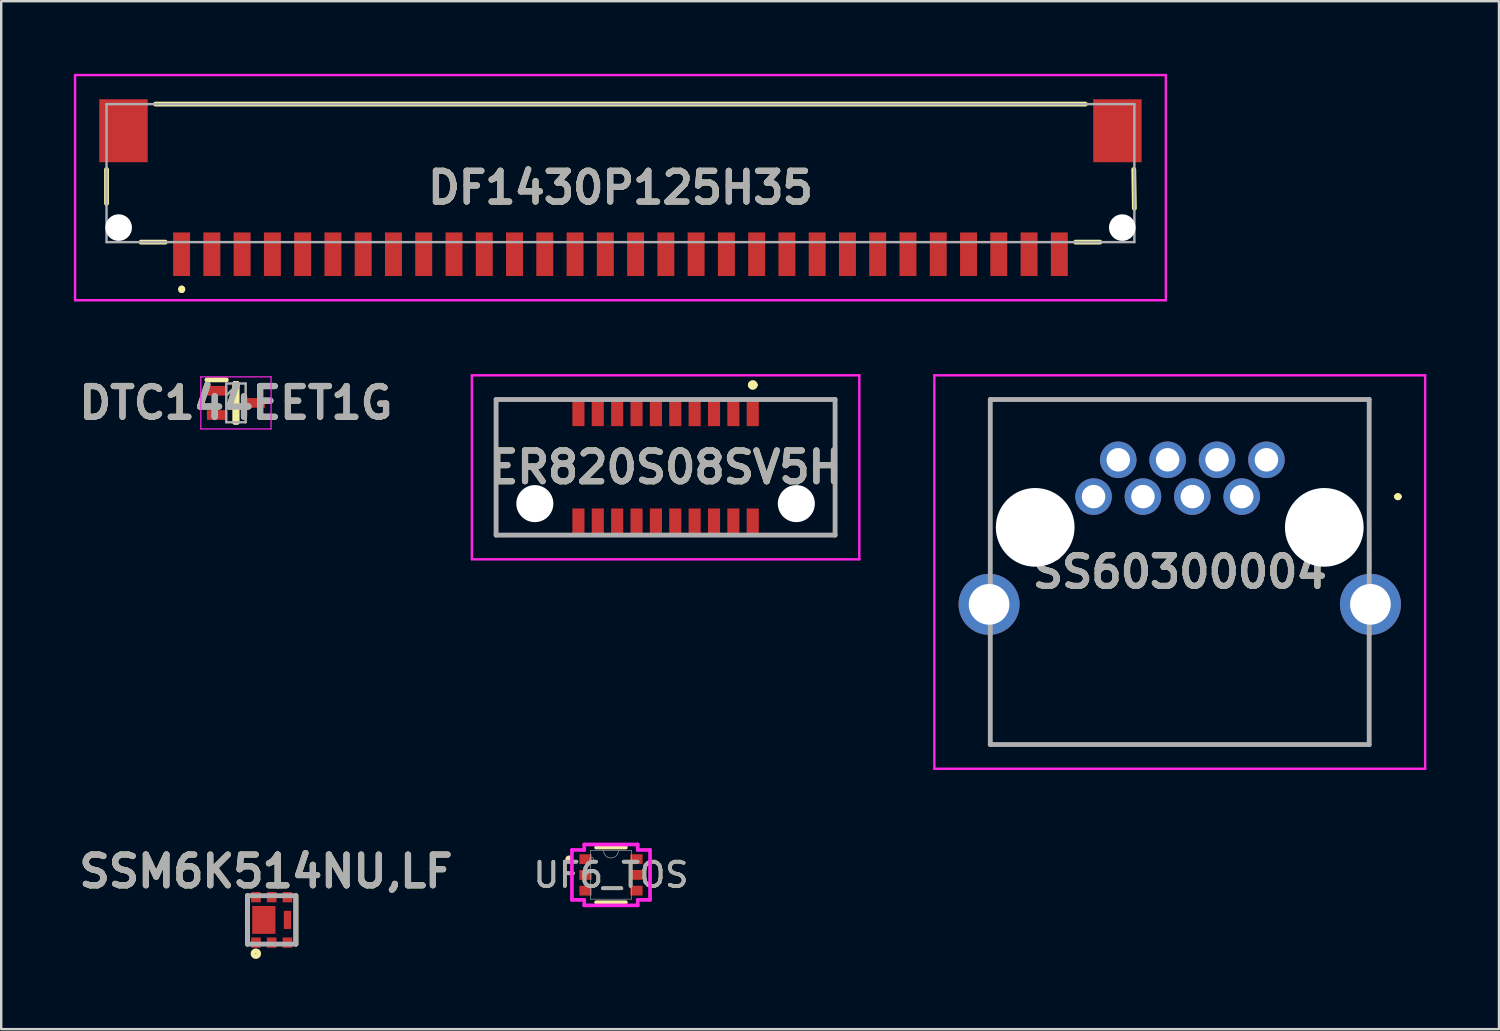
<source format=kicad_pcb>
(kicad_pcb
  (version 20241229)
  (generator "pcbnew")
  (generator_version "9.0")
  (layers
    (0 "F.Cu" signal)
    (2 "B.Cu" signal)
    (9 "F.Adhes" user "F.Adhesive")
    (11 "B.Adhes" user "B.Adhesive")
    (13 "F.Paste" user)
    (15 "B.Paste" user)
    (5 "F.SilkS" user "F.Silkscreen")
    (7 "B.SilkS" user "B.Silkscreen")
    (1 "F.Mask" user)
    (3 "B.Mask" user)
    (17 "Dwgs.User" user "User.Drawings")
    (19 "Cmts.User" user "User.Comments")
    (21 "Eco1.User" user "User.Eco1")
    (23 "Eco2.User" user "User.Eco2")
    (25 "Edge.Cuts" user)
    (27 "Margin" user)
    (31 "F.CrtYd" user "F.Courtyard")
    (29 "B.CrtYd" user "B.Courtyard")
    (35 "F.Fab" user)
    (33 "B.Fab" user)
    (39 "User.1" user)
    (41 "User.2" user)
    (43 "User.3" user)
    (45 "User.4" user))
  (footprint "SSM6K514NU,LF"
    (layer "F.Cu")
    (at 8.171 34.942)
    (property "Reference" "SSM6K514NU,LF" (at -0.237 -2.003 0) (layer "F.SilkS") (effects (font (size 1.27 1.27) (thickness 0.254))))
    (attr smd)
    (fp_line (start -1 1) (end -1 -1) (stroke (width 0.2) (type solid)) (layer "F.SilkS"))
    (fp_line (start 1 -1) (end 1 1) (stroke (width 0.2) (type solid)) (layer "F.SilkS"))
    (fp_circle (center -0.654 1.396) (end -0.654 1.413) (stroke (width 0.2) (type solid)) (fill no) (layer "F.SilkS"))
    (fp_line (start -1 -1) (end 1 -1) (stroke (width 0.2) (type solid)) (layer "F.Fab"))
    (fp_line (start -1 1) (end -1 -1) (stroke (width 0.2) (type solid)) (layer "F.Fab"))
    (fp_line (start 1 -1) (end 1 1) (stroke (width 0.2) (type solid)) (layer "F.Fab"))
    (fp_line (start 1 1) (end -1 1) (stroke (width 0.2) (type solid)) (layer "F.Fab"))
    (fp_text user "${REFERENCE}" (at -0.237 -2.003 0) (layer "F.Fab") (effects (font (size 1.27 1.27) (thickness 0.254))))
    (pad "1" smd rect (at -0.65 0.938) (size 0.4 0.425) (layers "F.Cu" "F.Mask" "F.Paste"))
    (pad "2" smd rect (at 0 0.938) (size 0.4 0.425) (layers "F.Cu" "F.Mask" "F.Paste"))
    (pad "3" smd rect (at 0.65 0.938) (size 0.4 0.425) (layers "F.Cu" "F.Mask" "F.Paste"))
    (pad "4" smd rect (at 0.65 -0.938) (size 0.4 0.425) (layers "F.Cu" "F.Mask" "F.Paste"))
    (pad "5" smd rect (at 0 -0.938) (size 0.4 0.425) (layers "F.Cu" "F.Mask" "F.Paste"))
    (pad "6" smd rect (at -0.65 -0.938) (size 0.4 0.425) (layers "F.Cu" "F.Mask" "F.Paste"))
    (pad "7" smd rect (at 0.65 0) (size 0.3 0.75) (layers "F.Cu" "F.Mask" "F.Paste"))
    (pad "8" smd rect (at -0.325 0) (size 0.96 1.15) (layers "F.Cu" "F.Mask" "F.Paste")))
  (footprint "DTC144EET1G"
    (layer "F.Cu")
    (at 6.695 13.589)
    (property "Reference" "DTC144EET1G" (at 0 0 0) (layer "F.SilkS") (effects (font (size 1.27 1.27) (thickness 0.254))))
    (attr smd)
    (fp_line (start -1.2 -0.95) (end -0.4 -0.95) (stroke (width 0.2) (type solid)) (layer "F.SilkS"))
    (fp_line (start -0.05 -0.8) (end 0.05 -0.8) (stroke (width 0.2) (type solid)) (layer "F.SilkS"))
    (fp_line (start -0.05 0.8) (end -0.05 -0.8) (stroke (width 0.2) (type solid)) (layer "F.SilkS"))
    (fp_line (start 0.05 -0.8) (end 0.05 0.8) (stroke (width 0.2) (type solid)) (layer "F.SilkS"))
    (fp_line (start 0.05 0.8) (end -0.05 0.8) (stroke (width 0.2) (type solid)) (layer "F.SilkS"))
    (fp_line (start -1.45 -1.075) (end 1.45 -1.075) (stroke (width 0.05) (type solid)) (layer "F.CrtYd"))
    (fp_line (start -1.45 1.075) (end -1.45 -1.075) (stroke (width 0.05) (type solid)) (layer "F.CrtYd"))
    (fp_line (start 1.45 -1.075) (end 1.45 1.075) (stroke (width 0.05) (type solid)) (layer "F.CrtYd"))
    (fp_line (start 1.45 1.075) (end -1.45 1.075) (stroke (width 0.05) (type solid)) (layer "F.CrtYd"))
    (fp_line (start -0.4 -0.8) (end 0.4 -0.8) (stroke (width 0.1) (type solid)) (layer "F.Fab"))
    (fp_line (start -0.4 -0.3) (end 0.1 -0.8) (stroke (width 0.1) (type solid)) (layer "F.Fab"))
    (fp_line (start -0.4 0.8) (end -0.4 -0.8) (stroke (width 0.1) (type solid)) (layer "F.Fab"))
    (fp_line (start 0.4 -0.8) (end 0.4 0.8) (stroke (width 0.1) (type solid)) (layer "F.Fab"))
    (fp_line (start 0.4 0.8) (end -0.4 0.8) (stroke (width 0.1) (type solid)) (layer "F.Fab"))
    (fp_text user "${REFERENCE}" (at 0 0 0) (layer "F.Fab") (effects (font (size 1.27 1.27) (thickness 0.254))))
    (pad "1" smd rect (at -0.8 -0.5 90) (size 0.4 0.8) (layers "F.Cu" "F.Mask" "F.Paste"))
    (pad "2" smd rect (at -0.8 0.5 90) (size 0.4 0.8) (layers "F.Cu" "F.Mask" "F.Paste"))
    (pad "3" smd rect (at 0.8 0 90) (size 0.4 0.8) (layers "F.Cu" "F.Mask" "F.Paste")))
  (footprint "DF1430P125H35"
    (layer "F.Cu")
    (at 22.575 4.35)
    (property "Reference" "DF1430P125H35" (at 0 0.35 0) (layer "F.SilkS") (effects (font (size 1.27 1.27) (thickness 0.254))))
    (attr through_hole)
    (fp_line (start -21.225 -0.4) (end -21.225 1) (stroke (width 0.2) (type solid)) (layer "F.SilkS"))
    (fp_line (start -19.8 2.6) (end -18.8 2.6) (stroke (width 0.2) (type solid)) (layer "F.SilkS"))
    (fp_line (start -19.2 -3.1) (end 19.2 -3.1) (stroke (width 0.2) (type solid)) (layer "F.SilkS"))
    (fp_line (start -18.125 4.5) (end -18.125 4.5) (stroke (width 0.2) (type solid)) (layer "F.SilkS"))
    (fp_line (start -18.125 4.6) (end -18.125 4.6) (stroke (width 0.2) (type solid)) (layer "F.SilkS"))
    (fp_line (start -18.125 4.6) (end -18.125 4.6) (stroke (width 0.2) (type solid)) (layer "F.SilkS"))
    (fp_line (start 18.8 2.6) (end 19.8 2.6) (stroke (width 0.2) (type solid)) (layer "F.SilkS"))
    (fp_line (start 21.2 -0.4) (end 21.225 1.2) (stroke (width 0.2) (type solid)) (layer "F.SilkS"))
    (fp_arc (start -18.125 4.5) (mid -18.075 4.55) (end -18.125 4.6) (stroke (width 0.2) (type solid)) (layer "F.SilkS"))
    (fp_arc (start -18.125 4.5) (mid -18.075 4.55) (end -18.125 4.6) (stroke (width 0.2) (type solid)) (layer "F.SilkS"))
    (fp_arc (start -18.125 4.6) (mid -18.175 4.55) (end -18.125 4.5) (stroke (width 0.2) (type solid)) (layer "F.SilkS"))
    (fp_line (start -22.525 -4.3) (end 22.525 -4.3) (stroke (width 0.1) (type solid)) (layer "F.CrtYd"))
    (fp_line (start -22.525 5) (end -22.525 -4.3) (stroke (width 0.1) (type solid)) (layer "F.CrtYd"))
    (fp_line (start 22.525 -4.3) (end 22.525 5) (stroke (width 0.1) (type solid)) (layer "F.CrtYd"))
    (fp_line (start 22.525 5) (end -22.525 5) (stroke (width 0.1) (type solid)) (layer "F.CrtYd"))
    (fp_line (start -21.225 -3.1) (end -21.225 2.6) (stroke (width 0.1) (type solid)) (layer "F.Fab"))
    (fp_line (start -21.225 2.6) (end 21.225 2.6) (stroke (width 0.1) (type solid)) (layer "F.Fab"))
    (fp_line (start 21.225 -3.1) (end -21.225 -3.1) (stroke (width 0.1) (type solid)) (layer "F.Fab"))
    (fp_line (start 21.225 2.6) (end 21.225 -3.1) (stroke (width 0.1) (type solid)) (layer "F.Fab"))
    (fp_text user "${REFERENCE}" (at 0 0.35 0) (layer "F.Fab") (effects (font (size 1.27 1.27) (thickness 0.254))))
    (pad "" np_thru_hole circle (at -20.725 2) (size 1.1 1.1) (drill 1.1) (layers "*.Cu" "*.Mask"))
    (pad "" np_thru_hole circle (at 20.725 2) (size 1.1 1.1) (drill 1.1) (layers "*.Cu" "*.Mask"))
    (pad "1" smd rect (at -18.125 3.1) (size 0.7 1.8) (layers "F.Cu" "F.Mask" "F.Paste"))
    (pad "2" smd rect (at -16.875 3.1) (size 0.7 1.8) (layers "F.Cu" "F.Mask" "F.Paste"))
    (pad "3" smd rect (at -15.625 3.1) (size 0.7 1.8) (layers "F.Cu" "F.Mask" "F.Paste"))
    (pad "4" smd rect (at -14.375 3.1) (size 0.7 1.8) (layers "F.Cu" "F.Mask" "F.Paste"))
    (pad "5" smd rect (at -13.125 3.1) (size 0.7 1.8) (layers "F.Cu" "F.Mask" "F.Paste"))
    (pad "6" smd rect (at -11.875 3.1) (size 0.7 1.8) (layers "F.Cu" "F.Mask" "F.Paste"))
    (pad "7" smd rect (at -10.625 3.1) (size 0.7 1.8) (layers "F.Cu" "F.Mask" "F.Paste"))
    (pad "8" smd rect (at -9.375 3.1) (size 0.7 1.8) (layers "F.Cu" "F.Mask" "F.Paste"))
    (pad "9" smd rect (at -8.125 3.1) (size 0.7 1.8) (layers "F.Cu" "F.Mask" "F.Paste"))
    (pad "10" smd rect (at -6.875 3.1) (size 0.7 1.8) (layers "F.Cu" "F.Mask" "F.Paste"))
    (pad "11" smd rect (at -5.625 3.1) (size 0.7 1.8) (layers "F.Cu" "F.Mask" "F.Paste"))
    (pad "12" smd rect (at -4.375 3.1) (size 0.7 1.8) (layers "F.Cu" "F.Mask" "F.Paste"))
    (pad "13" smd rect (at -3.125 3.1) (size 0.7 1.8) (layers "F.Cu" "F.Mask" "F.Paste"))
    (pad "14" smd rect (at -1.875 3.1) (size 0.7 1.8) (layers "F.Cu" "F.Mask" "F.Paste"))
    (pad "15" smd rect (at -0.625 3.1) (size 0.7 1.8) (layers "F.Cu" "F.Mask" "F.Paste"))
    (pad "16" smd rect (at 0.625 3.1) (size 0.7 1.8) (layers "F.Cu" "F.Mask" "F.Paste"))
    (pad "17" smd rect (at 1.875 3.1) (size 0.7 1.8) (layers "F.Cu" "F.Mask" "F.Paste"))
    (pad "18" smd rect (at 3.125 3.1) (size 0.7 1.8) (layers "F.Cu" "F.Mask" "F.Paste"))
    (pad "19" smd rect (at 4.375 3.1) (size 0.7 1.8) (layers "F.Cu" "F.Mask" "F.Paste"))
    (pad "20" smd rect (at 5.625 3.1) (size 0.7 1.8) (layers "F.Cu" "F.Mask" "F.Paste"))
    (pad "21" smd rect (at 6.875 3.1) (size 0.7 1.8) (layers "F.Cu" "F.Mask" "F.Paste"))
    (pad "22" smd rect (at 8.125 3.1) (size 0.7 1.8) (layers "F.Cu" "F.Mask" "F.Paste"))
    (pad "23" smd rect (at 9.375 3.1) (size 0.7 1.8) (layers "F.Cu" "F.Mask" "F.Paste"))
    (pad "24" smd rect (at 10.625 3.1) (size 0.7 1.8) (layers "F.Cu" "F.Mask" "F.Paste"))
    (pad "25" smd rect (at 11.875 3.1) (size 0.7 1.8) (layers "F.Cu" "F.Mask" "F.Paste"))
    (pad "26" smd rect (at 13.125 3.1) (size 0.7 1.8) (layers "F.Cu" "F.Mask" "F.Paste"))
    (pad "27" smd rect (at 14.375 3.1) (size 0.7 1.8) (layers "F.Cu" "F.Mask" "F.Paste"))
    (pad "28" smd rect (at 15.625 3.1) (size 0.7 1.8) (layers "F.Cu" "F.Mask" "F.Paste"))
    (pad "29" smd rect (at 16.875 3.1) (size 0.7 1.8) (layers "F.Cu" "F.Mask" "F.Paste"))
    (pad "30" smd rect (at 18.125 3.1) (size 0.7 1.8) (layers "F.Cu" "F.Mask" "F.Paste"))
    (pad "MP1" smd rect (at -20.525 -2) (size 2 2.6) (layers "F.Cu" "F.Mask" "F.Paste"))
    (pad "MP2" smd rect (at 20.525 -2) (size 2 2.6) (layers "F.Cu" "F.Mask" "F.Paste")))
  (footprint "SS60300004"
    (layer "F.Cu")
    (at 48.234 17.46)
    (property "Reference" "SS60300004" (at -2.56 3.115 0) (layer "F.SilkS") (effects (font (size 1.27 1.27) (thickness 0.254))))
    (attr through_hole)
    (fp_line (start -10.385 -4.01) (end -10.385 0) (stroke (width 0.1) (type solid)) (layer "F.SilkS"))
    (fp_line (start -10.385 6.1) (end -10.385 10.24) (stroke (width 0.1) (type solid)) (layer "F.SilkS"))
    (fp_line (start -10.385 10.24) (end 5.265 10.24) (stroke (width 0.1) (type solid)) (layer "F.SilkS"))
    (fp_line (start 5.265 -4.01) (end -10.385 -4.01) (stroke (width 0.1) (type solid)) (layer "F.SilkS"))
    (fp_line (start 5.265 10.24) (end 5.265 6) (stroke (width 0.1) (type solid)) (layer "F.SilkS"))
    (fp_line (start 5.3 3) (end 5.265 -4.01) (stroke (width 0.1) (type solid)) (layer "F.SilkS"))
    (fp_line (start 6.4 0) (end 6.4 0) (stroke (width 0.2) (type solid)) (layer "F.SilkS"))
    (fp_line (start 6.4 0) (end 6.4 0) (stroke (width 0.2) (type solid)) (layer "F.SilkS"))
    (fp_line (start 6.5 0) (end 6.5 0) (stroke (width 0.2) (type solid)) (layer "F.SilkS"))
    (fp_arc (start 6.4 0) (mid 6.45 -0.05) (end 6.5 0) (stroke (width 0.2) (type solid)) (layer "F.SilkS"))
    (fp_arc (start 6.5 0) (mid 6.45 0.05) (end 6.4 0) (stroke (width 0.2) (type solid)) (layer "F.SilkS"))
    (fp_arc (start 6.5 0) (mid 6.45 0.05) (end 6.4 0) (stroke (width 0.2) (type solid)) (layer "F.SilkS"))
    (fp_line (start -12.695 -5.01) (end 7.575 -5.01) (stroke (width 0.1) (type solid)) (layer "F.CrtYd"))
    (fp_line (start -12.695 11.24) (end -12.695 -5.01) (stroke (width 0.1) (type solid)) (layer "F.CrtYd"))
    (fp_line (start 7.575 -5.01) (end 7.575 11.24) (stroke (width 0.1) (type solid)) (layer "F.CrtYd"))
    (fp_line (start 7.575 11.24) (end -12.695 11.24) (stroke (width 0.1) (type solid)) (layer "F.CrtYd"))
    (fp_line (start -10.385 -4.01) (end 5.265 -4.01) (stroke (width 0.2) (type solid)) (layer "F.Fab"))
    (fp_line (start -10.385 10.24) (end -10.385 -4.01) (stroke (width 0.2) (type solid)) (layer "F.Fab"))
    (fp_line (start 5.265 -4.01) (end 5.265 10.24) (stroke (width 0.2) (type solid)) (layer "F.Fab"))
    (fp_line (start 5.265 10.24) (end -10.385 10.24) (stroke (width 0.2) (type solid)) (layer "F.Fab"))
    (fp_text user "${REFERENCE}" (at -2.56 3.115 0) (layer "F.Fab") (effects (font (size 1.27 1.27) (thickness 0.254))))
    (pad "" np_thru_hole circle (at -8.53 1.27) (size 3.25 3.25) (drill 3.25) (layers "*.Cu" "*.Mask"))
    (pad "" np_thru_hole circle (at 3.41 1.27) (size 3.25 3.25) (drill 3.25) (layers "*.Cu" "*.Mask"))
    (pad "1" thru_hole circle (at 0 0) (size 1.509 1.509) (drill 0.97) (layers "*.Cu" "*.Mask"))
    (pad "2" thru_hole circle (at 1.02 -1.52) (size 1.509 1.509) (drill 0.97) (layers "*.Cu" "*.Mask"))
    (pad "3" thru_hole circle (at -1.02 -1.52) (size 1.509 1.509) (drill 0.97) (layers "*.Cu" "*.Mask"))
    (pad "4" thru_hole circle (at -3.06 -1.52) (size 1.509 1.509) (drill 0.97) (layers "*.Cu" "*.Mask"))
    (pad "5" thru_hole circle (at -2.04 0) (size 1.509 1.509) (drill 0.97) (layers "*.Cu" "*.Mask"))
    (pad "6" thru_hole circle (at -4.08 0) (size 1.509 1.509) (drill 0.97) (layers "*.Cu" "*.Mask"))
    (pad "7" thru_hole circle (at -6.12 0) (size 1.509 1.509) (drill 0.97) (layers "*.Cu" "*.Mask"))
    (pad "8" thru_hole circle (at -5.1 -1.52) (size 1.509 1.509) (drill 0.97) (layers "*.Cu" "*.Mask"))
    (pad "MH1" thru_hole circle (at 5.315 4.45) (size 2.52 2.52) (drill 1.68) (layers "*.Cu" "*.Mask"))
    (pad "MH2" thru_hole circle (at -10.435 4.45) (size 2.52 2.52) (drill 1.68) (layers "*.Cu" "*.Mask")))
  (footprint "ER820S08SV5H"
    (layer "F.Cu")
    (at 24.439 16.25)
    (property "Reference" "ER820S08SV5H" (at 0 0 0) (layer "F.SilkS") (effects (font (size 1.27 1.27) (thickness 0.254))))
    (attr through_hole)
    (fp_line (start -7 -2.8) (end -7 2.8) (stroke (width 0.1) (type solid)) (layer "F.SilkS"))
    (fp_line (start -7 2.8) (end -4.2 2.8) (stroke (width 0.1) (type solid)) (layer "F.SilkS"))
    (fp_line (start -4.2 -2.8) (end -7 -2.8) (stroke (width 0.1) (type solid)) (layer "F.SilkS"))
    (fp_line (start 3.5 -3.4) (end 3.5 -3.4) (stroke (width 0.2) (type solid)) (layer "F.SilkS"))
    (fp_line (start 3.7 -3.4) (end 3.7 -3.4) (stroke (width 0.2) (type solid)) (layer "F.SilkS"))
    (fp_line (start 4.2 -2.8) (end 7 -2.8) (stroke (width 0.1) (type solid)) (layer "F.SilkS"))
    (fp_line (start 7 -2.8) (end 7 2.8) (stroke (width 0.1) (type solid)) (layer "F.SilkS"))
    (fp_line (start 7 2.8) (end 4.2 2.8) (stroke (width 0.1) (type solid)) (layer "F.SilkS"))
    (fp_arc (start 3.5 -3.4) (mid 3.6 -3.5) (end 3.7 -3.4) (stroke (width 0.2) (type solid)) (layer "F.SilkS"))
    (fp_arc (start 3.7 -3.4) (mid 3.6 -3.3) (end 3.5 -3.4) (stroke (width 0.2) (type solid)) (layer "F.SilkS"))
    (fp_line (start -8 -3.8) (end 8 -3.8) (stroke (width 0.1) (type solid)) (layer "F.CrtYd"))
    (fp_line (start -8 3.8) (end -8 -3.8) (stroke (width 0.1) (type solid)) (layer "F.CrtYd"))
    (fp_line (start 8 -3.8) (end 8 3.8) (stroke (width 0.1) (type solid)) (layer "F.CrtYd"))
    (fp_line (start 8 3.8) (end -8 3.8) (stroke (width 0.1) (type solid)) (layer "F.CrtYd"))
    (fp_line (start -7 -2.8) (end 7 -2.8) (stroke (width 0.2) (type solid)) (layer "F.Fab"))
    (fp_line (start -7 2.8) (end -7 -2.8) (stroke (width 0.2) (type solid)) (layer "F.Fab"))
    (fp_line (start 7 -2.8) (end 7 2.8) (stroke (width 0.2) (type solid)) (layer "F.Fab"))
    (fp_line (start 7 2.8) (end -7 2.8) (stroke (width 0.2) (type solid)) (layer "F.Fab"))
    (fp_text user "${REFERENCE}" (at 0 0 0) (layer "F.Fab") (effects (font (size 1.27 1.27) (thickness 0.254))))
    (pad "" np_thru_hole circle (at -5.4 1.5) (size 1.53 1.53) (drill 1.53) (layers "*.Cu" "*.Mask"))
    (pad "" np_thru_hole circle (at 5.4 1.5) (size 1.53 1.53) (drill 1.53) (layers "*.Cu" "*.Mask"))
    (pad "1" smd rect (at 3.6 -2.25) (size 0.5 1.1) (layers "F.Cu" "F.Mask" "F.Paste"))
    (pad "2" smd rect (at 3.6 2.25) (size 0.5 1.1) (layers "F.Cu" "F.Mask" "F.Paste"))
    (pad "3" smd rect (at 2.8 -2.25) (size 0.5 1.1) (layers "F.Cu" "F.Mask" "F.Paste"))
    (pad "4" smd rect (at 2.8 2.25) (size 0.5 1.1) (layers "F.Cu" "F.Mask" "F.Paste"))
    (pad "5" smd rect (at 2 -2.25) (size 0.5 1.1) (layers "F.Cu" "F.Mask" "F.Paste"))
    (pad "6" smd rect (at 2 2.25) (size 0.5 1.1) (layers "F.Cu" "F.Mask" "F.Paste"))
    (pad "7" smd rect (at 1.2 -2.25) (size 0.5 1.1) (layers "F.Cu" "F.Mask" "F.Paste"))
    (pad "8" smd rect (at 1.2 2.25) (size 0.5 1.1) (layers "F.Cu" "F.Mask" "F.Paste"))
    (pad "9" smd rect (at 0.4 -2.25) (size 0.5 1.1) (layers "F.Cu" "F.Mask" "F.Paste"))
    (pad "10" smd rect (at 0.4 2.25) (size 0.5 1.1) (layers "F.Cu" "F.Mask" "F.Paste"))
    (pad "11" smd rect (at -0.4 -2.25) (size 0.5 1.1) (layers "F.Cu" "F.Mask" "F.Paste"))
    (pad "12" smd rect (at -0.4 2.25) (size 0.5 1.1) (layers "F.Cu" "F.Mask" "F.Paste"))
    (pad "13" smd rect (at -1.2 -2.25) (size 0.5 1.1) (layers "F.Cu" "F.Mask" "F.Paste"))
    (pad "14" smd rect (at -1.2 2.25) (size 0.5 1.1) (layers "F.Cu" "F.Mask" "F.Paste"))
    (pad "15" smd rect (at -2 -2.25) (size 0.5 1.1) (layers "F.Cu" "F.Mask" "F.Paste"))
    (pad "16" smd rect (at -2 2.25) (size 0.5 1.1) (layers "F.Cu" "F.Mask" "F.Paste"))
    (pad "17" smd rect (at -2.8 -2.25) (size 0.5 1.1) (layers "F.Cu" "F.Mask" "F.Paste"))
    (pad "18" smd rect (at -2.8 2.25) (size 0.5 1.1) (layers "F.Cu" "F.Mask" "F.Paste"))
    (pad "19" smd rect (at -3.6 -2.25) (size 0.5 1.1) (layers "F.Cu" "F.Mask" "F.Paste"))
    (pad "20" smd rect (at -3.6 2.25) (size 0.5 1.1) (layers "F.Cu" "F.Mask" "F.Paste")))
  (footprint "UF6_TOS"
    (layer "F.Cu")
    (at 22.184 33.084)
    (property "Reference" "UF6_TOS" (at 0 0 0) (unlocked yes) (layer "F.SilkS") (effects (font (size 1 1) (thickness 0.15))))
    (attr smd)
    (fp_line (start -0.616 1.13) (end 0.616 1.13) (stroke (width 0.152) (type solid)) (layer "F.SilkS"))
    (fp_line (start 0.616 -1.13) (end -0.616 -1.13) (stroke (width 0.152) (type solid)) (layer "F.SilkS"))
    (fp_circle (center -1.732 -0.65) (end -1.655 -0.65) (stroke (width 0.152) (type solid)) (fill no) (layer "F.SilkS"))
    (fp_line (start -1.613 -1.031) (end -1.105 -1.031) (stroke (width 0.152) (type solid)) (layer "F.CrtYd"))
    (fp_line (start -1.613 1.031) (end -1.613 -1.031) (stroke (width 0.152) (type solid)) (layer "F.CrtYd"))
    (fp_line (start -1.105 -1.257) (end 1.105 -1.257) (stroke (width 0.152) (type solid)) (layer "F.CrtYd"))
    (fp_line (start -1.105 -1.031) (end -1.105 -1.257) (stroke (width 0.152) (type solid)) (layer "F.CrtYd"))
    (fp_line (start -1.105 1.031) (end -1.613 1.031) (stroke (width 0.152) (type solid)) (layer "F.CrtYd"))
    (fp_line (start -1.105 1.257) (end -1.105 1.031) (stroke (width 0.152) (type solid)) (layer "F.CrtYd"))
    (fp_line (start 1.105 -1.257) (end 1.105 -1.031) (stroke (width 0.152) (type solid)) (layer "F.CrtYd"))
    (fp_line (start 1.105 -1.031) (end 1.613 -1.031) (stroke (width 0.152) (type solid)) (layer "F.CrtYd"))
    (fp_line (start 1.105 1.031) (end 1.105 1.257) (stroke (width 0.152) (type solid)) (layer "F.CrtYd"))
    (fp_line (start 1.105 1.257) (end -1.105 1.257) (stroke (width 0.152) (type solid)) (layer "F.CrtYd"))
    (fp_line (start 1.613 -1.031) (end 1.613 1.031) (stroke (width 0.152) (type solid)) (layer "F.CrtYd"))
    (fp_line (start 1.613 1.031) (end 1.105 1.031) (stroke (width 0.152) (type solid)) (layer "F.CrtYd"))
    (fp_line (start -0.851 -1.003) (end -0.851 1.003) (stroke (width 0.025) (type solid)) (layer "F.Fab"))
    (fp_line (start -0.851 1.003) (end 0.851 1.003) (stroke (width 0.025) (type solid)) (layer "F.Fab"))
    (fp_line (start 0.851 -1.003) (end -0.851 -1.003) (stroke (width 0.025) (type solid)) (layer "F.Fab"))
    (fp_line (start 0.851 1.003) (end 0.851 -1.003) (stroke (width 0.025) (type solid)) (layer "F.Fab"))
    (fp_arc (start 0.3048 -1.0033) (mid 0 -0.6985) (end -0.3048 -1.0033) (stroke (width 0.0254) (type solid)) (layer "F.Fab"))
    (fp_circle (center -0.8 -0.65) (end -0.724 -0.65) (stroke (width 0.025) (type solid)) (fill no) (layer "F.Fab"))
    (fp_text user "${REFERENCE}" (at 0 0 0) (unlocked yes) (layer "F.Fab") (effects (font (size 1 1) (thickness 0.15))))
    (pad "1" smd rect (at -1.052 -0.65) (size 0.505 0.406) (layers "F.Cu" "F.Mask" "F.Paste"))
    (pad "2" smd rect (at -1.052 0) (size 0.505 0.406) (layers "F.Cu" "F.Mask" "F.Paste"))
    (pad "3" smd rect (at -1.052 0.65) (size 0.505 0.406) (layers "F.Cu" "F.Mask" "F.Paste"))
    (pad "4" smd rect (at 1.052 0.65) (size 0.505 0.406) (layers "F.Cu" "F.Mask" "F.Paste"))
    (pad "5" smd rect (at 1.052 0) (size 0.505 0.406) (layers "F.Cu" "F.Mask" "F.Paste"))
    (pad "6" smd rect (at 1.052 -0.65) (size 0.505 0.406) (layers "F.Cu" "F.Mask" "F.Paste")))
  (gr_rect
    (start -3 -3)
    (end 58.859 39.455)
    (stroke (width 0.1) (type default))
    (fill no)
    (layer "Edge.Cuts")))
</source>
